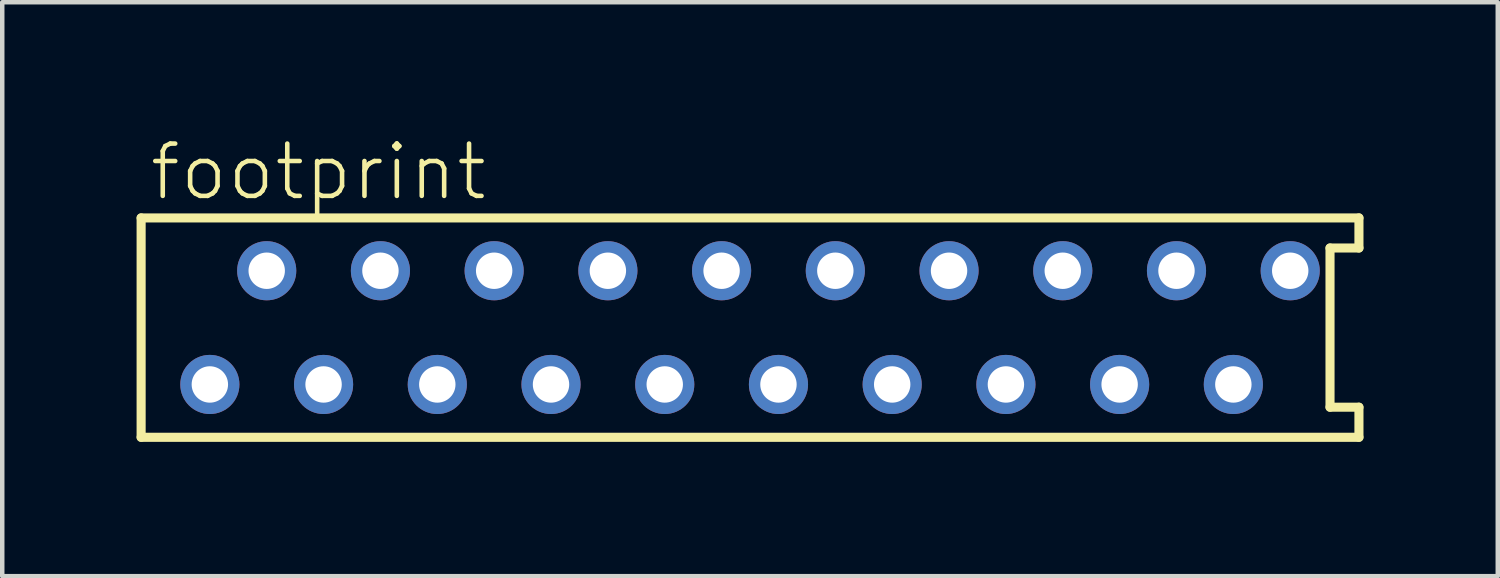
<source format=kicad_pcb>
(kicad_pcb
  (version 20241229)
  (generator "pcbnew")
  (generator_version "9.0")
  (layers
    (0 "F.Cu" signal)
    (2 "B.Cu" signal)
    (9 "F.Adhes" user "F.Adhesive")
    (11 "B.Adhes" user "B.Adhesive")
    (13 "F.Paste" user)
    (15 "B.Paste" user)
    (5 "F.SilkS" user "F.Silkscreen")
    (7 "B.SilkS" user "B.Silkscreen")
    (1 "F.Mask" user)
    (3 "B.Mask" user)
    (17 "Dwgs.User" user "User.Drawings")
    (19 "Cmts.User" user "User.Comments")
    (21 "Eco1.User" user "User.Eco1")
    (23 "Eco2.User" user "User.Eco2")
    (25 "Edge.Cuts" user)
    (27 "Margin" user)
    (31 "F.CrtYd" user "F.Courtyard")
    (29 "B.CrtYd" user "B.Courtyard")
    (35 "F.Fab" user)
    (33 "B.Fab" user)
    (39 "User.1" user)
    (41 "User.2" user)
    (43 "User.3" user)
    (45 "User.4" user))
  (footprint "footprint"
    (layer "F.Cu")
    (at 13.702 4.267)
    (property "Reference" "footprint" (at -13.462 -2.794 0) (layer "F.SilkS") (effects (font (size 1.168 1.168) (thickness 0.102)) (justify left bottom)))
    (fp_line (start -13.6 -2.45) (end -13.6 2.45) (stroke (width 0.203) (type solid)) (layer "F.SilkS"))
    (fp_line (start -13.6 2.45) (end 13.6 2.45) (stroke (width 0.203) (type solid)) (layer "F.SilkS"))
    (fp_line (start 12.954 -1.778) (end 13.6 -1.778) (stroke (width 0.203) (type solid)) (layer "F.SilkS"))
    (fp_line (start 12.954 1.778) (end 12.954 -1.778) (stroke (width 0.203) (type solid)) (layer "F.SilkS"))
    (fp_line (start 13.6 -2.45) (end -13.6 -2.45) (stroke (width 0.203) (type solid)) (layer "F.SilkS"))
    (fp_line (start 13.6 -1.778) (end 13.6 -2.45) (stroke (width 0.203) (type solid)) (layer "F.SilkS"))
    (fp_line (start 13.6 1.778) (end 12.954 1.778) (stroke (width 0.203) (type solid)) (layer "F.SilkS"))
    (fp_line (start 13.6 2.45) (end 13.6 1.778) (stroke (width 0.203) (type solid)) (layer "F.SilkS"))
    (pad "1" thru_hole circle (at -12.065 1.27) (size 1.321 1.321) (drill 0.813) (layers "*.Cu" "*.Mask"))
    (pad "2" thru_hole circle (at -10.795 -1.27) (size 1.321 1.321) (drill 0.813) (layers "*.Cu" "*.Mask"))
    (pad "3" thru_hole circle (at -9.525 1.27) (size 1.321 1.321) (drill 0.813) (layers "*.Cu" "*.Mask"))
    (pad "4" thru_hole circle (at -8.255 -1.27) (size 1.321 1.321) (drill 0.813) (layers "*.Cu" "*.Mask"))
    (pad "5" thru_hole circle (at -6.985 1.27) (size 1.321 1.321) (drill 0.813) (layers "*.Cu" "*.Mask"))
    (pad "6" thru_hole circle (at -5.715 -1.27) (size 1.321 1.321) (drill 0.813) (layers "*.Cu" "*.Mask"))
    (pad "7" thru_hole circle (at -4.445 1.27) (size 1.321 1.321) (drill 0.813) (layers "*.Cu" "*.Mask"))
    (pad "8" thru_hole circle (at -3.175 -1.27) (size 1.321 1.321) (drill 0.813) (layers "*.Cu" "*.Mask"))
    (pad "9" thru_hole circle (at -1.905 1.27) (size 1.321 1.321) (drill 0.813) (layers "*.Cu" "*.Mask"))
    (pad "10" thru_hole circle (at -0.635 -1.27) (size 1.321 1.321) (drill 0.813) (layers "*.Cu" "*.Mask"))
    (pad "11" thru_hole circle (at 0.635 1.27) (size 1.321 1.321) (drill 0.813) (layers "*.Cu" "*.Mask"))
    (pad "12" thru_hole circle (at 1.905 -1.27) (size 1.321 1.321) (drill 0.813) (layers "*.Cu" "*.Mask"))
    (pad "13" thru_hole circle (at 3.175 1.27) (size 1.321 1.321) (drill 0.813) (layers "*.Cu" "*.Mask"))
    (pad "14" thru_hole circle (at 4.445 -1.27) (size 1.321 1.321) (drill 0.813) (layers "*.Cu" "*.Mask"))
    (pad "15" thru_hole circle (at 5.715 1.27) (size 1.321 1.321) (drill 0.813) (layers "*.Cu" "*.Mask"))
    (pad "16" thru_hole circle (at 6.985 -1.27) (size 1.321 1.321) (drill 0.813) (layers "*.Cu" "*.Mask"))
    (pad "17" thru_hole circle (at 8.255 1.27) (size 1.321 1.321) (drill 0.813) (layers "*.Cu" "*.Mask"))
    (pad "18" thru_hole circle (at 9.525 -1.27) (size 1.321 1.321) (drill 0.813) (layers "*.Cu" "*.Mask"))
    (pad "19" thru_hole circle (at 10.795 1.27) (size 1.321 1.321) (drill 0.813) (layers "*.Cu" "*.Mask"))
    (pad "20" thru_hole circle (at 12.065 -1.27) (size 1.321 1.321) (drill 0.813) (layers "*.Cu" "*.Mask")))
  (gr_rect
    (start -3 -3)
    (end 30.403 9.819)
    (stroke (width 0.1) (type default))
    (fill no)
    (layer "Edge.Cuts")))
</source>
